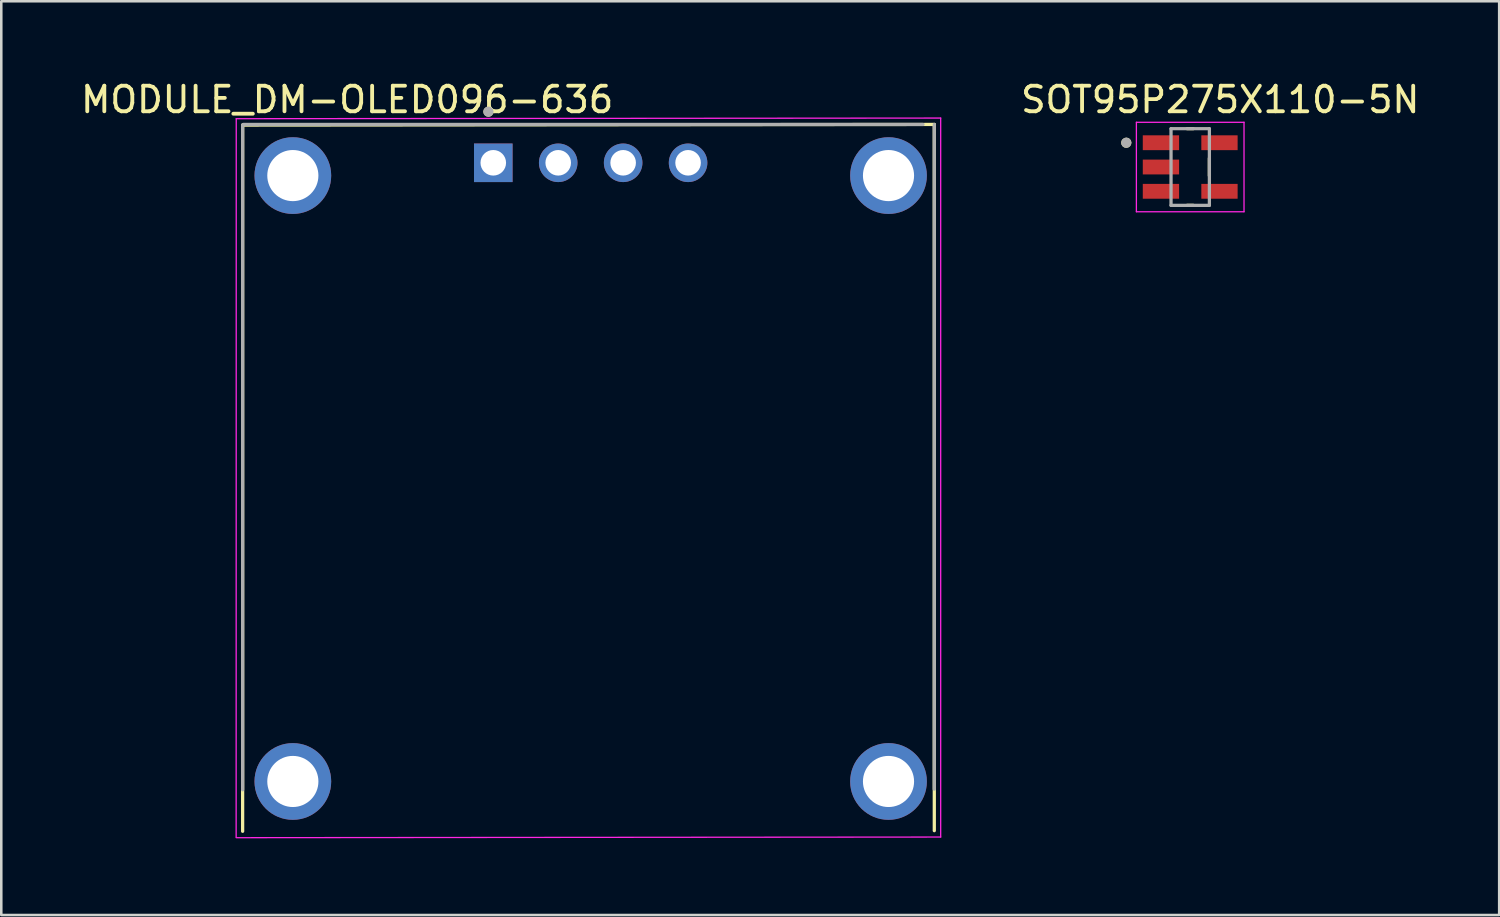
<source format=kicad_pcb>
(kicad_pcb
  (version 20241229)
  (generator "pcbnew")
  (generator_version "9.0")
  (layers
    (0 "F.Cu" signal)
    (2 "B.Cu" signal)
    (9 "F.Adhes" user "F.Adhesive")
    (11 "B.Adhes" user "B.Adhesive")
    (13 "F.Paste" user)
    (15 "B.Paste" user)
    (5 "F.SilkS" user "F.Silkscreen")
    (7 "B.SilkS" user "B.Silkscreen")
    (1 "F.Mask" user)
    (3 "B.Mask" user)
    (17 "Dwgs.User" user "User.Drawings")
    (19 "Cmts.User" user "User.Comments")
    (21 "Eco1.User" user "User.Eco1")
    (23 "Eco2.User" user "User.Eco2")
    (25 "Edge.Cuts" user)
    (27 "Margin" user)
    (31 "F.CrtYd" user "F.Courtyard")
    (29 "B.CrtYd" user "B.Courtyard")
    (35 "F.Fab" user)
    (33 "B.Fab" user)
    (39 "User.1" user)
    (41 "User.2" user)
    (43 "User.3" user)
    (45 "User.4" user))
  (footprint "MODULE_DM-OLED096-636"
    (layer "F.Cu")
    (at 20.055 14.818)
    (property "Reference" "MODULE_DM-OLED096-636" (at -9.525 -13.97 0) (layer "F.SilkS") (effects (font (size 1 1) (thickness 0.15))))
    (attr through_hole)
    (fp_line (start -13.614 -12.975) (end 13.441 -13) (stroke (width 0.127) (type solid)) (layer "F.SilkS"))
    (fp_line (start -13.614 14.649) (end -13.614 -12.975) (stroke (width 0.127) (type solid)) (layer "F.SilkS"))
    (fp_line (start 13.441 -13) (end 13.441 14.624) (stroke (width 0.127) (type solid)) (layer "F.SilkS"))
    (fp_circle (center -4 -13.5) (end -3.9 -13.5) (stroke (width 0.2) (type solid)) (fill no) (layer "F.SilkS"))
    (fp_line (start -13.868 14.884) (end -13.864 -13.225) (stroke (width 0.05) (type solid)) (layer "F.CrtYd"))
    (fp_line (start -13.864 -13.225) (end 13.691 -13.25) (stroke (width 0.05) (type solid)) (layer "F.CrtYd"))
    (fp_line (start 13.691 -13.25) (end 13.691 14.874) (stroke (width 0.05) (type solid)) (layer "F.CrtYd"))
    (fp_line (start 13.691 14.874) (end -13.864 14.899) (stroke (width 0.05) (type solid)) (layer "F.CrtYd"))
    (fp_line (start -13.614 13.025) (end -13.614 -12.975) (stroke (width 0.127) (type solid)) (layer "F.Fab"))
    (fp_line (start -13.589 -13) (end 13 -13) (stroke (width 0.127) (type solid)) (layer "F.Fab"))
    (fp_line (start 13.441 -13) (end 13.441 13) (stroke (width 0.127) (type solid)) (layer "F.Fab"))
    (fp_circle (center -4 -13.5) (end -3.9 -13.5) (stroke (width 0.2) (type solid)) (fill no) (layer "F.Fab"))
    (pad "1" thru_hole rect (at -3.81 -11.5) (size 1.508 1.508) (drill 1) (layers "*.Cu" "*.Mask"))
    (pad "2" thru_hole circle (at -1.27 -11.5) (size 1.508 1.508) (drill 1) (layers "*.Cu" "*.Mask"))
    (pad "3" thru_hole circle (at 1.27 -11.5) (size 1.508 1.508) (drill 1) (layers "*.Cu" "*.Mask"))
    (pad "4" thru_hole circle (at 3.81 -11.5) (size 1.508 1.508) (drill 1) (layers "*.Cu" "*.Mask"))
    (pad "S1" thru_hole circle (at -11.65 -11) (size 3 3) (drill 2) (layers "*.Cu" "*.Mask"))
    (pad "S2" thru_hole circle (at 11.65 -11) (size 3 3) (drill 2) (layers "*.Cu" "*.Mask"))
    (pad "S3" thru_hole circle (at 11.65 12.7) (size 3 3) (drill 2) (layers "*.Cu" "*.Mask"))
    (pad "S4" thru_hole circle (at -11.65 12.7) (size 3 3) (drill 2) (layers "*.Cu" "*.Mask")))
  (footprint "SOT95P275X110-5N"
    (layer "F.Cu")
    (at 43.506 3.483)
    (property "Reference" "SOT95P275X110-5N" (at 1.175 -2.635 0) (layer "F.SilkS") (effects (font (size 1 1) (thickness 0.15))))
    (attr smd)
    (fp_line (start -0.12 -1.5) (end 0.12 -1.5) (stroke (width 0.127) (type solid)) (layer "F.SilkS"))
    (fp_line (start 0.12 1.5) (end -0.12 1.5) (stroke (width 0.127) (type solid)) (layer "F.SilkS"))
    (fp_line (start 0.75 -0.34) (end 0.75 0.34) (stroke (width 0.127) (type solid)) (layer "F.SilkS"))
    (fp_circle (center -2.5 -0.95) (end -2.4 -0.95) (stroke (width 0.2) (type solid)) (fill no) (layer "F.SilkS"))
    (fp_line (start -2.105 -1.75) (end 2.105 -1.75) (stroke (width 0.05) (type solid)) (layer "F.CrtYd"))
    (fp_line (start -2.105 1.75) (end -2.105 -1.75) (stroke (width 0.05) (type solid)) (layer "F.CrtYd"))
    (fp_line (start 2.105 -1.75) (end 2.105 1.75) (stroke (width 0.05) (type solid)) (layer "F.CrtYd"))
    (fp_line (start 2.105 1.75) (end -2.105 1.75) (stroke (width 0.05) (type solid)) (layer "F.CrtYd"))
    (fp_line (start -0.75 -1.5) (end 0.75 -1.5) (stroke (width 0.127) (type solid)) (layer "F.Fab"))
    (fp_line (start -0.75 1.5) (end -0.75 -1.5) (stroke (width 0.127) (type solid)) (layer "F.Fab"))
    (fp_line (start 0.75 -1.5) (end 0.75 1.5) (stroke (width 0.127) (type solid)) (layer "F.Fab"))
    (fp_line (start 0.75 1.5) (end -0.75 1.5) (stroke (width 0.127) (type solid)) (layer "F.Fab"))
    (fp_circle (center -2.5 -0.95) (end -2.4 -0.95) (stroke (width 0.2) (type solid)) (fill no) (layer "F.Fab"))
    (pad "1" smd rect (at -1.145 -0.95) (size 1.42 0.58) (layers "F.Cu" "F.Mask" "F.Paste"))
    (pad "2" smd rect (at -1.145 0) (size 1.42 0.58) (layers "F.Cu" "F.Mask" "F.Paste"))
    (pad "3" smd rect (at -1.145 0.95) (size 1.42 0.58) (layers "F.Cu" "F.Mask" "F.Paste"))
    (pad "4" smd rect (at 1.145 0.95) (size 1.42 0.58) (layers "F.Cu" "F.Mask" "F.Paste"))
    (pad "5" smd rect (at 1.145 -0.95) (size 1.42 0.58) (layers "F.Cu" "F.Mask" "F.Paste")))
  (gr_rect
    (start -3 -3)
    (end 55.592 32.742)
    (stroke (width 0.1) (type default))
    (fill no)
    (layer "Edge.Cuts")))
</source>
